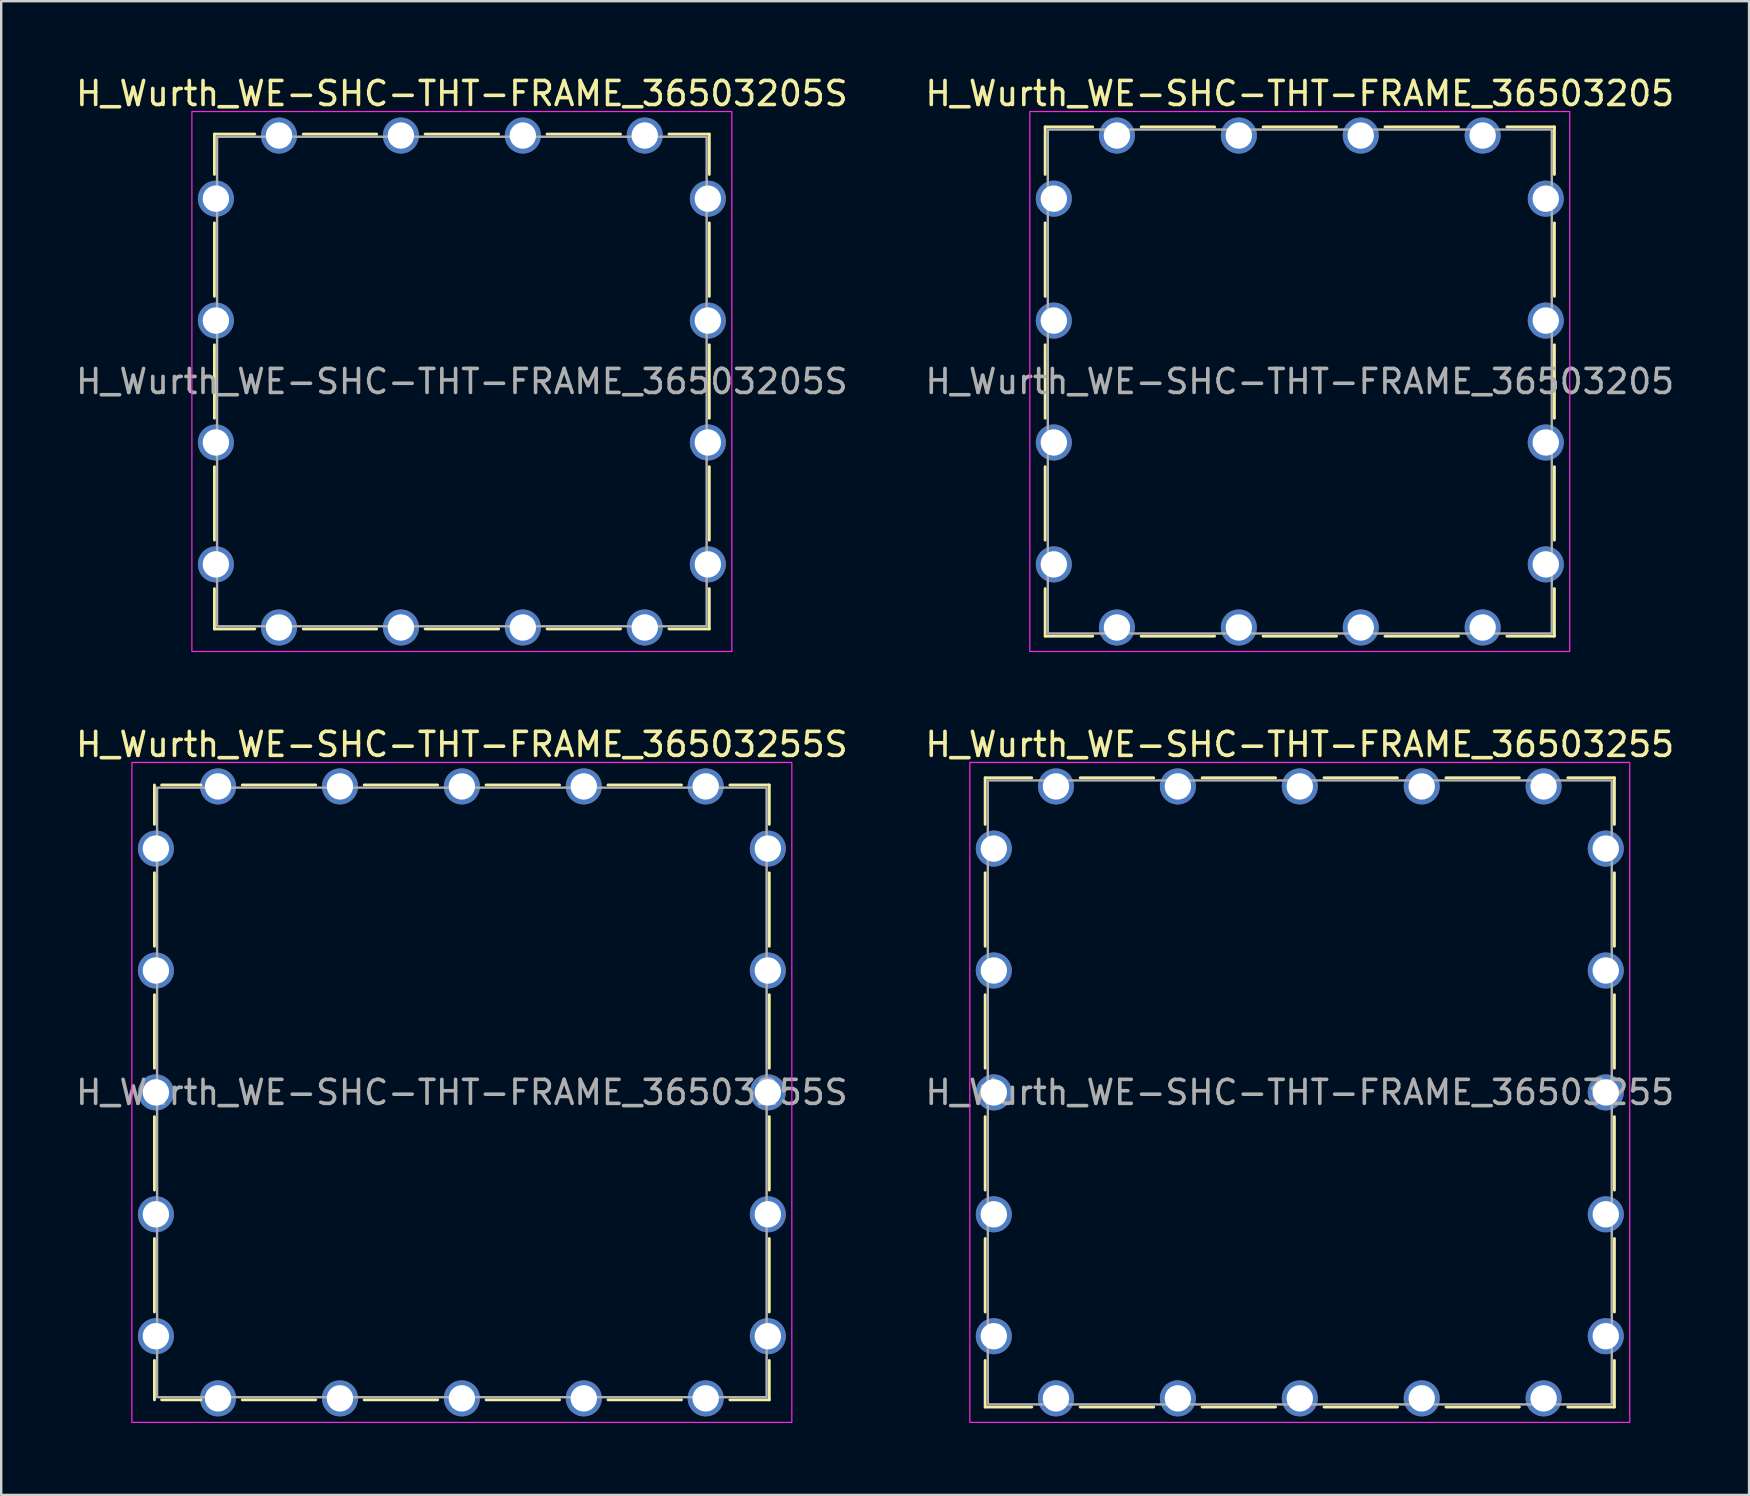
<source format=kicad_pcb>
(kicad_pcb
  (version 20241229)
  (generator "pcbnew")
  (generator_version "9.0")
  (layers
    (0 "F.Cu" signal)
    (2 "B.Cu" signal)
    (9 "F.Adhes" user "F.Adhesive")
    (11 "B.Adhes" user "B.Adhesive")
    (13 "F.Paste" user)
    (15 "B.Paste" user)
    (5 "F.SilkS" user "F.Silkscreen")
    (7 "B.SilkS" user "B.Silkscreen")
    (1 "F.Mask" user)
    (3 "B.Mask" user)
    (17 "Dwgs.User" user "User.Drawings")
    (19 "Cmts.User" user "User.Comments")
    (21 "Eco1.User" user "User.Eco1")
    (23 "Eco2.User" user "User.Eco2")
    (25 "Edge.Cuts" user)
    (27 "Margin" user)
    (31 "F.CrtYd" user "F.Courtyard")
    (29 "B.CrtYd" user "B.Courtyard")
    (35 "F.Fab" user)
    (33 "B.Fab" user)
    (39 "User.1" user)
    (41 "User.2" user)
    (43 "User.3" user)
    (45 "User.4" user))
  (footprint "H_Wurth_WE-SHC-THT-FRAME_36503255"
    (layer "F.Cu")
    (at 51.113 42.471)
    (property "Reference" "H_Wurth_WE-SHC-THT-FRAME_36503255" (at 0 -14.5 0) (unlocked yes) (layer "F.SilkS") (effects (font (size 1 1) (thickness 0.15))))
    (attr smd)
    (fp_line (start -13.11 -13.11) (end -11.17 -13.11) (stroke (width 0.12) (type default)) (layer "F.SilkS"))
    (fp_line (start -13.11 -11.17) (end -13.11 -13.11) (stroke (width 0.12) (type default)) (layer "F.SilkS"))
    (fp_line (start -13.11 -6.09) (end -13.11 -9.15) (stroke (width 0.12) (type default)) (layer "F.SilkS"))
    (fp_line (start -13.11 -1.01) (end -13.11 -4.07) (stroke (width 0.12) (type default)) (layer "F.SilkS"))
    (fp_line (start -13.11 4.07) (end -13.11 1.01) (stroke (width 0.12) (type default)) (layer "F.SilkS"))
    (fp_line (start -13.11 9.15) (end -13.11 6.09) (stroke (width 0.12) (type default)) (layer "F.SilkS"))
    (fp_line (start -13.11 13.11) (end -13.11 11.17) (stroke (width 0.12) (type default)) (layer "F.SilkS"))
    (fp_line (start -13.11 13.11) (end -11.17 13.11) (stroke (width 0.12) (type default)) (layer "F.SilkS"))
    (fp_line (start -9.15 -13.11) (end -6.09 -13.11) (stroke (width 0.12) (type default)) (layer "F.SilkS"))
    (fp_line (start -9.15 13.11) (end -6.09 13.11) (stroke (width 0.12) (type default)) (layer "F.SilkS"))
    (fp_line (start -4.07 -13.11) (end -1.01 -13.11) (stroke (width 0.12) (type default)) (layer "F.SilkS"))
    (fp_line (start -4.07 13.11) (end -1.01 13.11) (stroke (width 0.12) (type default)) (layer "F.SilkS"))
    (fp_line (start 1.01 -13.11) (end 4.07 -13.11) (stroke (width 0.12) (type default)) (layer "F.SilkS"))
    (fp_line (start 1.01 13.11) (end 4.07 13.11) (stroke (width 0.12) (type default)) (layer "F.SilkS"))
    (fp_line (start 6.09 -13.11) (end 9.15 -13.11) (stroke (width 0.12) (type default)) (layer "F.SilkS"))
    (fp_line (start 6.09 13.11) (end 9.15 13.11) (stroke (width 0.12) (type default)) (layer "F.SilkS"))
    (fp_line (start 11.17 -13.11) (end 13.11 -13.11) (stroke (width 0.12) (type default)) (layer "F.SilkS"))
    (fp_line (start 11.17 13.11) (end 13.11 13.11) (stroke (width 0.12) (type default)) (layer "F.SilkS"))
    (fp_line (start 13.11 -11.17) (end 13.11 -13.11) (stroke (width 0.12) (type default)) (layer "F.SilkS"))
    (fp_line (start 13.11 -6.09) (end 13.11 -9.15) (stroke (width 0.12) (type default)) (layer "F.SilkS"))
    (fp_line (start 13.11 -1.01) (end 13.11 -4.07) (stroke (width 0.12) (type default)) (layer "F.SilkS"))
    (fp_line (start 13.11 4.07) (end 13.11 1.01) (stroke (width 0.12) (type default)) (layer "F.SilkS"))
    (fp_line (start 13.11 9.15) (end 13.11 6.09) (stroke (width 0.12) (type default)) (layer "F.SilkS"))
    (fp_line (start 13.11 13.11) (end 13.11 11.17) (stroke (width 0.12) (type default)) (layer "F.SilkS"))
    (fp_rect (start -13.75 -13.75) (end 13.75 13.75) (stroke (width 0.05) (type solid)) (fill no) (layer "F.CrtYd"))
    (fp_rect (start -13 -13) (end 13 13) (stroke (width 0.1) (type solid)) (fill no) (layer "F.Fab"))
    (fp_text user "${REFERENCE}" (at 0 0 0) (unlocked yes) (layer "F.Fab") (effects (font (size 1 1) (thickness 0.15))))
    (pad "1" thru_hole circle (at -12.75 -10.16) (size 1.5 1.5) (drill 1.1) (layers "*.Cu" "*.Mask"))
    (pad "1" thru_hole circle (at -12.75 -5.08) (size 1.5 1.5) (drill 1.1) (layers "*.Cu" "*.Mask"))
    (pad "1" thru_hole circle (at -12.75 0) (size 1.5 1.5) (drill 1.1) (layers "*.Cu" "*.Mask"))
    (pad "1" thru_hole circle (at -12.75 5.08) (size 1.5 1.5) (drill 1.1) (layers "*.Cu" "*.Mask"))
    (pad "1" thru_hole circle (at -12.75 10.16) (size 1.5 1.5) (drill 1.1) (layers "*.Cu" "*.Mask"))
    (pad "1" thru_hole circle (at -10.16 -12.75) (size 1.5 1.5) (drill 1.1) (layers "*.Cu" "*.Mask"))
    (pad "1" thru_hole circle (at -10.16 12.75) (size 1.5 1.5) (drill 1.1) (layers "*.Cu" "*.Mask"))
    (pad "1" thru_hole circle (at -5.08 -12.75) (size 1.5 1.5) (drill 1.1) (layers "*.Cu" "*.Mask"))
    (pad "1" thru_hole circle (at -5.08 12.75) (size 1.5 1.5) (drill 1.1) (layers "*.Cu" "*.Mask"))
    (pad "1" thru_hole circle (at 0 -12.75) (size 1.5 1.5) (drill 1.1) (layers "*.Cu" "*.Mask"))
    (pad "1" thru_hole circle (at 0 12.75) (size 1.5 1.5) (drill 1.1) (layers "*.Cu" "*.Mask"))
    (pad "1" thru_hole circle (at 5.08 -12.75) (size 1.5 1.5) (drill 1.1) (layers "*.Cu" "*.Mask"))
    (pad "1" thru_hole circle (at 5.08 12.75) (size 1.5 1.5) (drill 1.1) (layers "*.Cu" "*.Mask"))
    (pad "1" thru_hole circle (at 10.16 -12.75) (size 1.5 1.5) (drill 1.1) (layers "*.Cu" "*.Mask"))
    (pad "1" thru_hole circle (at 10.16 12.75) (size 1.5 1.5) (drill 1.1) (layers "*.Cu" "*.Mask"))
    (pad "1" thru_hole circle (at 12.75 -10.16) (size 1.5 1.5) (drill 1.1) (layers "*.Cu" "*.Mask"))
    (pad "1" thru_hole circle (at 12.75 -5.08) (size 1.5 1.5) (drill 1.1) (layers "*.Cu" "*.Mask"))
    (pad "1" thru_hole circle (at 12.75 0) (size 1.5 1.5) (drill 1.1) (layers "*.Cu" "*.Mask"))
    (pad "1" thru_hole circle (at 12.75 5.08) (size 1.5 1.5) (drill 1.1) (layers "*.Cu" "*.Mask"))
    (pad "1" thru_hole circle (at 12.75 10.16) (size 1.5 1.5) (drill 1.1) (layers "*.Cu" "*.Mask")))
  (footprint "H_Wurth_WE-SHC-THT-FRAME_36503205S"
    (layer "F.Cu")
    (at 16.196 12.848)
    (property "Reference" "H_Wurth_WE-SHC-THT-FRAME_36503205S" (at 0 -12 0) (unlocked yes) (layer "F.SilkS") (effects (font (size 1 1) (thickness 0.15))))
    (attr smd)
    (fp_line (start -10.31 -10.31) (end -8.63 -10.31) (stroke (width 0.12) (type default)) (layer "F.SilkS"))
    (fp_line (start -10.31 -8.63) (end -10.31 -10.31) (stroke (width 0.12) (type default)) (layer "F.SilkS"))
    (fp_line (start -10.31 -3.55) (end -10.31 -6.61) (stroke (width 0.12) (type default)) (layer "F.SilkS"))
    (fp_line (start -10.31 1.53) (end -10.31 -1.53) (stroke (width 0.12) (type default)) (layer "F.SilkS"))
    (fp_line (start -10.31 6.61) (end -10.31 3.55) (stroke (width 0.12) (type default)) (layer "F.SilkS"))
    (fp_line (start -10.31 10.31) (end -10.31 8.63) (stroke (width 0.12) (type default)) (layer "F.SilkS"))
    (fp_line (start -10.31 10.31) (end -8.63 10.31) (stroke (width 0.12) (type default)) (layer "F.SilkS"))
    (fp_line (start -6.61 -10.31) (end -3.55 -10.31) (stroke (width 0.12) (type default)) (layer "F.SilkS"))
    (fp_line (start -6.61 10.31) (end -3.55 10.31) (stroke (width 0.12) (type default)) (layer "F.SilkS"))
    (fp_line (start -1.53 -10.31) (end 1.53 -10.31) (stroke (width 0.12) (type default)) (layer "F.SilkS"))
    (fp_line (start -1.53 10.31) (end 1.53 10.31) (stroke (width 0.12) (type default)) (layer "F.SilkS"))
    (fp_line (start 3.55 -10.31) (end 6.61 -10.31) (stroke (width 0.12) (type default)) (layer "F.SilkS"))
    (fp_line (start 3.55 10.31) (end 6.61 10.31) (stroke (width 0.12) (type default)) (layer "F.SilkS"))
    (fp_line (start 8.63 -10.31) (end 10.31 -10.31) (stroke (width 0.12) (type default)) (layer "F.SilkS"))
    (fp_line (start 8.63 10.31) (end 10.31 10.31) (stroke (width 0.12) (type default)) (layer "F.SilkS"))
    (fp_line (start 10.31 -8.63) (end 10.31 -10.31) (stroke (width 0.12) (type default)) (layer "F.SilkS"))
    (fp_line (start 10.31 -3.55) (end 10.31 -6.61) (stroke (width 0.12) (type default)) (layer "F.SilkS"))
    (fp_line (start 10.31 1.53) (end 10.31 -1.53) (stroke (width 0.12) (type default)) (layer "F.SilkS"))
    (fp_line (start 10.31 6.61) (end 10.31 3.55) (stroke (width 0.12) (type default)) (layer "F.SilkS"))
    (fp_line (start 10.31 10.31) (end 10.31 8.63) (stroke (width 0.12) (type default)) (layer "F.SilkS"))
    (fp_rect (start -11.25 -11.25) (end 11.25 11.25) (stroke (width 0.05) (type solid)) (fill no) (layer "F.CrtYd"))
    (fp_rect (start -10.2 -10.2) (end 10.2 10.2) (stroke (width 0.1) (type solid)) (fill no) (layer "F.Fab"))
    (fp_text user "${REFERENCE}" (at 0 0 0) (unlocked yes) (layer "F.Fab") (effects (font (size 1 1) (thickness 0.15))))
    (pad "1" thru_hole circle (at -10.25 -7.62) (size 1.5 1.5) (drill 1.1) (layers "*.Cu" "*.Mask"))
    (pad "1" thru_hole circle (at -10.25 -2.54) (size 1.5 1.5) (drill 1.1) (layers "*.Cu" "*.Mask"))
    (pad "1" thru_hole circle (at -10.25 2.54) (size 1.5 1.5) (drill 1.1) (layers "*.Cu" "*.Mask"))
    (pad "1" thru_hole circle (at -10.25 7.62) (size 1.5 1.5) (drill 1.1) (layers "*.Cu" "*.Mask"))
    (pad "1" thru_hole circle (at -7.62 -10.25) (size 1.5 1.5) (drill 1.1) (layers "*.Cu" "*.Mask"))
    (pad "1" thru_hole circle (at -7.62 10.25) (size 1.5 1.5) (drill 1.1) (layers "*.Cu" "*.Mask"))
    (pad "1" thru_hole circle (at -2.54 -10.25) (size 1.5 1.5) (drill 1.1) (layers "*.Cu" "*.Mask"))
    (pad "1" thru_hole circle (at -2.54 10.25) (size 1.5 1.5) (drill 1.1) (layers "*.Cu" "*.Mask"))
    (pad "1" thru_hole circle (at 2.54 -10.25) (size 1.5 1.5) (drill 1.1) (layers "*.Cu" "*.Mask"))
    (pad "1" thru_hole circle (at 2.54 10.25) (size 1.5 1.5) (drill 1.1) (layers "*.Cu" "*.Mask"))
    (pad "1" thru_hole circle (at 7.62 -10.25) (size 1.5 1.5) (drill 1.1) (layers "*.Cu" "*.Mask"))
    (pad "1" thru_hole circle (at 7.62 10.25) (size 1.5 1.5) (drill 1.1) (layers "*.Cu" "*.Mask"))
    (pad "1" thru_hole circle (at 10.25 -7.62) (size 1.5 1.5) (drill 1.1) (layers "*.Cu" "*.Mask"))
    (pad "1" thru_hole circle (at 10.25 -2.54) (size 1.5 1.5) (drill 1.1) (layers "*.Cu" "*.Mask"))
    (pad "1" thru_hole circle (at 10.25 2.54) (size 1.5 1.5) (drill 1.1) (layers "*.Cu" "*.Mask"))
    (pad "1" thru_hole circle (at 10.25 7.62) (size 1.5 1.5) (drill 1.1) (layers "*.Cu" "*.Mask")))
  (footprint "H_Wurth_WE-SHC-THT-FRAME_36503255S"
    (layer "F.Cu")
    (at 16.196 42.471)
    (property "Reference" "H_Wurth_WE-SHC-THT-FRAME_36503255S" (at 0 -14.5 0) (unlocked yes) (layer "F.SilkS") (effects (font (size 1 1) (thickness 0.15))))
    (attr smd)
    (fp_line (start -12.81 -11.17) (end -12.81 -12.81) (stroke (width 0.12) (type default)) (layer "F.SilkS"))
    (fp_line (start -12.81 -6.09) (end -12.81 -9.15) (stroke (width 0.12) (type default)) (layer "F.SilkS"))
    (fp_line (start -12.81 -1.01) (end -12.81 -4.07) (stroke (width 0.12) (type default)) (layer "F.SilkS"))
    (fp_line (start -12.81 4.07) (end -12.81 1.01) (stroke (width 0.12) (type default)) (layer "F.SilkS"))
    (fp_line (start -12.81 9.15) (end -12.81 6.09) (stroke (width 0.12) (type default)) (layer "F.SilkS"))
    (fp_line (start -12.81 12.81) (end -12.81 11.17) (stroke (width 0.12) (type default)) (layer "F.SilkS"))
    (fp_line (start -12.51 -12.81) (end -10.87 -12.81) (stroke (width 0.12) (type default)) (layer "F.SilkS"))
    (fp_line (start -12.51 12.81) (end -10.87 12.81) (stroke (width 0.12) (type default)) (layer "F.SilkS"))
    (fp_line (start -9.15 -12.81) (end -6.09 -12.81) (stroke (width 0.12) (type default)) (layer "F.SilkS"))
    (fp_line (start -9.15 12.81) (end -6.09 12.81) (stroke (width 0.12) (type default)) (layer "F.SilkS"))
    (fp_line (start -4.07 -12.81) (end -1.01 -12.81) (stroke (width 0.12) (type default)) (layer "F.SilkS"))
    (fp_line (start -4.07 12.81) (end -1.01 12.81) (stroke (width 0.12) (type default)) (layer "F.SilkS"))
    (fp_line (start 1.01 -12.81) (end 4.07 -12.81) (stroke (width 0.12) (type default)) (layer "F.SilkS"))
    (fp_line (start 1.01 12.81) (end 4.07 12.81) (stroke (width 0.12) (type default)) (layer "F.SilkS"))
    (fp_line (start 6.09 -12.81) (end 9.15 -12.81) (stroke (width 0.12) (type default)) (layer "F.SilkS"))
    (fp_line (start 6.09 12.81) (end 9.15 12.81) (stroke (width 0.12) (type default)) (layer "F.SilkS"))
    (fp_line (start 11.17 -12.81) (end 12.81 -12.81) (stroke (width 0.12) (type default)) (layer "F.SilkS"))
    (fp_line (start 11.17 12.81) (end 12.81 12.81) (stroke (width 0.12) (type default)) (layer "F.SilkS"))
    (fp_line (start 12.81 -11.17) (end 12.81 -12.81) (stroke (width 0.12) (type default)) (layer "F.SilkS"))
    (fp_line (start 12.81 -6.09) (end 12.81 -9.15) (stroke (width 0.12) (type default)) (layer "F.SilkS"))
    (fp_line (start 12.81 -1.01) (end 12.81 -4.07) (stroke (width 0.12) (type default)) (layer "F.SilkS"))
    (fp_line (start 12.81 4.07) (end 12.81 1.01) (stroke (width 0.12) (type default)) (layer "F.SilkS"))
    (fp_line (start 12.81 9.15) (end 12.81 6.09) (stroke (width 0.12) (type default)) (layer "F.SilkS"))
    (fp_line (start 12.81 12.81) (end 12.81 11.17) (stroke (width 0.12) (type default)) (layer "F.SilkS"))
    (fp_rect (start -13.75 -13.75) (end 13.75 13.75) (stroke (width 0.05) (type solid)) (fill no) (layer "F.CrtYd"))
    (fp_rect (start -12.7 -12.7) (end 12.7 12.7) (stroke (width 0.1) (type solid)) (fill no) (layer "F.Fab"))
    (fp_text user "${REFERENCE}" (at 0 0 0) (unlocked yes) (layer "F.Fab") (effects (font (size 1 1) (thickness 0.15))))
    (pad "1" thru_hole circle (at -12.75 -10.16) (size 1.5 1.5) (drill 1.1) (layers "*.Cu" "*.Mask"))
    (pad "1" thru_hole circle (at -12.75 -5.08) (size 1.5 1.5) (drill 1.1) (layers "*.Cu" "*.Mask"))
    (pad "1" thru_hole circle (at -12.75 0) (size 1.5 1.5) (drill 1.1) (layers "*.Cu" "*.Mask"))
    (pad "1" thru_hole circle (at -12.75 5.08) (size 1.5 1.5) (drill 1.1) (layers "*.Cu" "*.Mask"))
    (pad "1" thru_hole circle (at -12.75 10.16) (size 1.5 1.5) (drill 1.1) (layers "*.Cu" "*.Mask"))
    (pad "1" thru_hole circle (at -10.16 -12.75) (size 1.5 1.5) (drill 1.1) (layers "*.Cu" "*.Mask"))
    (pad "1" thru_hole circle (at -10.16 12.75) (size 1.5 1.5) (drill 1.1) (layers "*.Cu" "*.Mask"))
    (pad "1" thru_hole circle (at -5.08 -12.75) (size 1.5 1.5) (drill 1.1) (layers "*.Cu" "*.Mask"))
    (pad "1" thru_hole circle (at -5.08 12.75) (size 1.5 1.5) (drill 1.1) (layers "*.Cu" "*.Mask"))
    (pad "1" thru_hole circle (at 0 -12.75) (size 1.5 1.5) (drill 1.1) (layers "*.Cu" "*.Mask"))
    (pad "1" thru_hole circle (at 0 12.75) (size 1.5 1.5) (drill 1.1) (layers "*.Cu" "*.Mask"))
    (pad "1" thru_hole circle (at 5.08 -12.75) (size 1.5 1.5) (drill 1.1) (layers "*.Cu" "*.Mask"))
    (pad "1" thru_hole circle (at 5.08 12.75) (size 1.5 1.5) (drill 1.1) (layers "*.Cu" "*.Mask"))
    (pad "1" thru_hole circle (at 10.16 -12.75) (size 1.5 1.5) (drill 1.1) (layers "*.Cu" "*.Mask"))
    (pad "1" thru_hole circle (at 10.16 12.75) (size 1.5 1.5) (drill 1.1) (layers "*.Cu" "*.Mask"))
    (pad "1" thru_hole circle (at 12.75 -10.16) (size 1.5 1.5) (drill 1.1) (layers "*.Cu" "*.Mask"))
    (pad "1" thru_hole circle (at 12.75 -5.08) (size 1.5 1.5) (drill 1.1) (layers "*.Cu" "*.Mask"))
    (pad "1" thru_hole circle (at 12.75 0) (size 1.5 1.5) (drill 1.1) (layers "*.Cu" "*.Mask"))
    (pad "1" thru_hole circle (at 12.75 5.08) (size 1.5 1.5) (drill 1.1) (layers "*.Cu" "*.Mask"))
    (pad "1" thru_hole circle (at 12.75 10.16) (size 1.5 1.5) (drill 1.1) (layers "*.Cu" "*.Mask")))
  (footprint "H_Wurth_WE-SHC-THT-FRAME_36503205"
    (layer "F.Cu")
    (at 51.113 12.848)
    (property "Reference" "H_Wurth_WE-SHC-THT-FRAME_36503205" (at 0 -12 0) (unlocked yes) (layer "F.SilkS") (effects (font (size 1 1) (thickness 0.15))))
    (attr smd)
    (fp_line (start -10.61 -10.61) (end -8.63 -10.61) (stroke (width 0.12) (type default)) (layer "F.SilkS"))
    (fp_line (start -10.61 -8.63) (end -10.61 -10.61) (stroke (width 0.12) (type default)) (layer "F.SilkS"))
    (fp_line (start -10.61 -3.55) (end -10.61 -6.61) (stroke (width 0.12) (type default)) (layer "F.SilkS"))
    (fp_line (start -10.61 1.53) (end -10.61 -1.53) (stroke (width 0.12) (type default)) (layer "F.SilkS"))
    (fp_line (start -10.61 6.61) (end -10.61 3.55) (stroke (width 0.12) (type default)) (layer "F.SilkS"))
    (fp_line (start -10.61 10.61) (end -10.61 8.63) (stroke (width 0.12) (type default)) (layer "F.SilkS"))
    (fp_line (start -10.61 10.61) (end -8.63 10.61) (stroke (width 0.12) (type default)) (layer "F.SilkS"))
    (fp_line (start -6.61 -10.61) (end -3.55 -10.61) (stroke (width 0.12) (type default)) (layer "F.SilkS"))
    (fp_line (start -6.61 10.61) (end -3.55 10.61) (stroke (width 0.12) (type default)) (layer "F.SilkS"))
    (fp_line (start -1.53 -10.61) (end 1.53 -10.61) (stroke (width 0.12) (type default)) (layer "F.SilkS"))
    (fp_line (start -1.53 10.61) (end 1.53 10.61) (stroke (width 0.12) (type default)) (layer "F.SilkS"))
    (fp_line (start 3.55 -10.61) (end 6.61 -10.61) (stroke (width 0.12) (type default)) (layer "F.SilkS"))
    (fp_line (start 3.55 10.61) (end 6.61 10.61) (stroke (width 0.12) (type default)) (layer "F.SilkS"))
    (fp_line (start 8.63 -10.61) (end 10.61 -10.61) (stroke (width 0.12) (type default)) (layer "F.SilkS"))
    (fp_line (start 8.63 10.61) (end 10.61 10.61) (stroke (width 0.12) (type default)) (layer "F.SilkS"))
    (fp_line (start 10.61 -8.63) (end 10.61 -10.61) (stroke (width 0.12) (type default)) (layer "F.SilkS"))
    (fp_line (start 10.61 -3.55) (end 10.61 -6.61) (stroke (width 0.12) (type default)) (layer "F.SilkS"))
    (fp_line (start 10.61 1.53) (end 10.61 -1.53) (stroke (width 0.12) (type default)) (layer "F.SilkS"))
    (fp_line (start 10.61 6.61) (end 10.61 3.55) (stroke (width 0.12) (type default)) (layer "F.SilkS"))
    (fp_line (start 10.61 10.61) (end 10.61 8.63) (stroke (width 0.12) (type default)) (layer "F.SilkS"))
    (fp_rect (start -11.25 -11.25) (end 11.25 11.25) (stroke (width 0.05) (type solid)) (fill no) (layer "F.CrtYd"))
    (fp_rect (start -10.5 -10.5) (end 10.5 10.5) (stroke (width 0.1) (type solid)) (fill no) (layer "F.Fab"))
    (fp_text user "${REFERENCE}" (at 0 0 0) (unlocked yes) (layer "F.Fab") (effects (font (size 1 1) (thickness 0.15))))
    (pad "1" thru_hole circle (at -10.25 -7.62) (size 1.5 1.5) (drill 1.1) (layers "*.Cu" "*.Mask"))
    (pad "1" thru_hole circle (at -10.25 -2.54) (size 1.5 1.5) (drill 1.1) (layers "*.Cu" "*.Mask"))
    (pad "1" thru_hole circle (at -10.25 2.54) (size 1.5 1.5) (drill 1.1) (layers "*.Cu" "*.Mask"))
    (pad "1" thru_hole circle (at -10.25 7.62) (size 1.5 1.5) (drill 1.1) (layers "*.Cu" "*.Mask"))
    (pad "1" thru_hole circle (at -7.62 -10.25) (size 1.5 1.5) (drill 1.1) (layers "*.Cu" "*.Mask"))
    (pad "1" thru_hole circle (at -7.62 10.25) (size 1.5 1.5) (drill 1.1) (layers "*.Cu" "*.Mask"))
    (pad "1" thru_hole circle (at -2.54 -10.25) (size 1.5 1.5) (drill 1.1) (layers "*.Cu" "*.Mask"))
    (pad "1" thru_hole circle (at -2.54 10.25) (size 1.5 1.5) (drill 1.1) (layers "*.Cu" "*.Mask"))
    (pad "1" thru_hole circle (at 2.54 -10.25) (size 1.5 1.5) (drill 1.1) (layers "*.Cu" "*.Mask"))
    (pad "1" thru_hole circle (at 2.54 10.25) (size 1.5 1.5) (drill 1.1) (layers "*.Cu" "*.Mask"))
    (pad "1" thru_hole circle (at 7.62 -10.25) (size 1.5 1.5) (drill 1.1) (layers "*.Cu" "*.Mask"))
    (pad "1" thru_hole circle (at 7.62 10.25) (size 1.5 1.5) (drill 1.1) (layers "*.Cu" "*.Mask"))
    (pad "1" thru_hole circle (at 10.25 -7.62) (size 1.5 1.5) (drill 1.1) (layers "*.Cu" "*.Mask"))
    (pad "1" thru_hole circle (at 10.25 -2.54) (size 1.5 1.5) (drill 1.1) (layers "*.Cu" "*.Mask"))
    (pad "1" thru_hole circle (at 10.25 2.54) (size 1.5 1.5) (drill 1.1) (layers "*.Cu" "*.Mask"))
    (pad "1" thru_hole circle (at 10.25 7.62) (size 1.5 1.5) (drill 1.1) (layers "*.Cu" "*.Mask")))
  (gr_rect
    (start -3 -3)
    (end 69.833 59.246)
    (stroke (width 0.1) (type default))
    (fill no)
    (layer "Edge.Cuts")))
</source>
